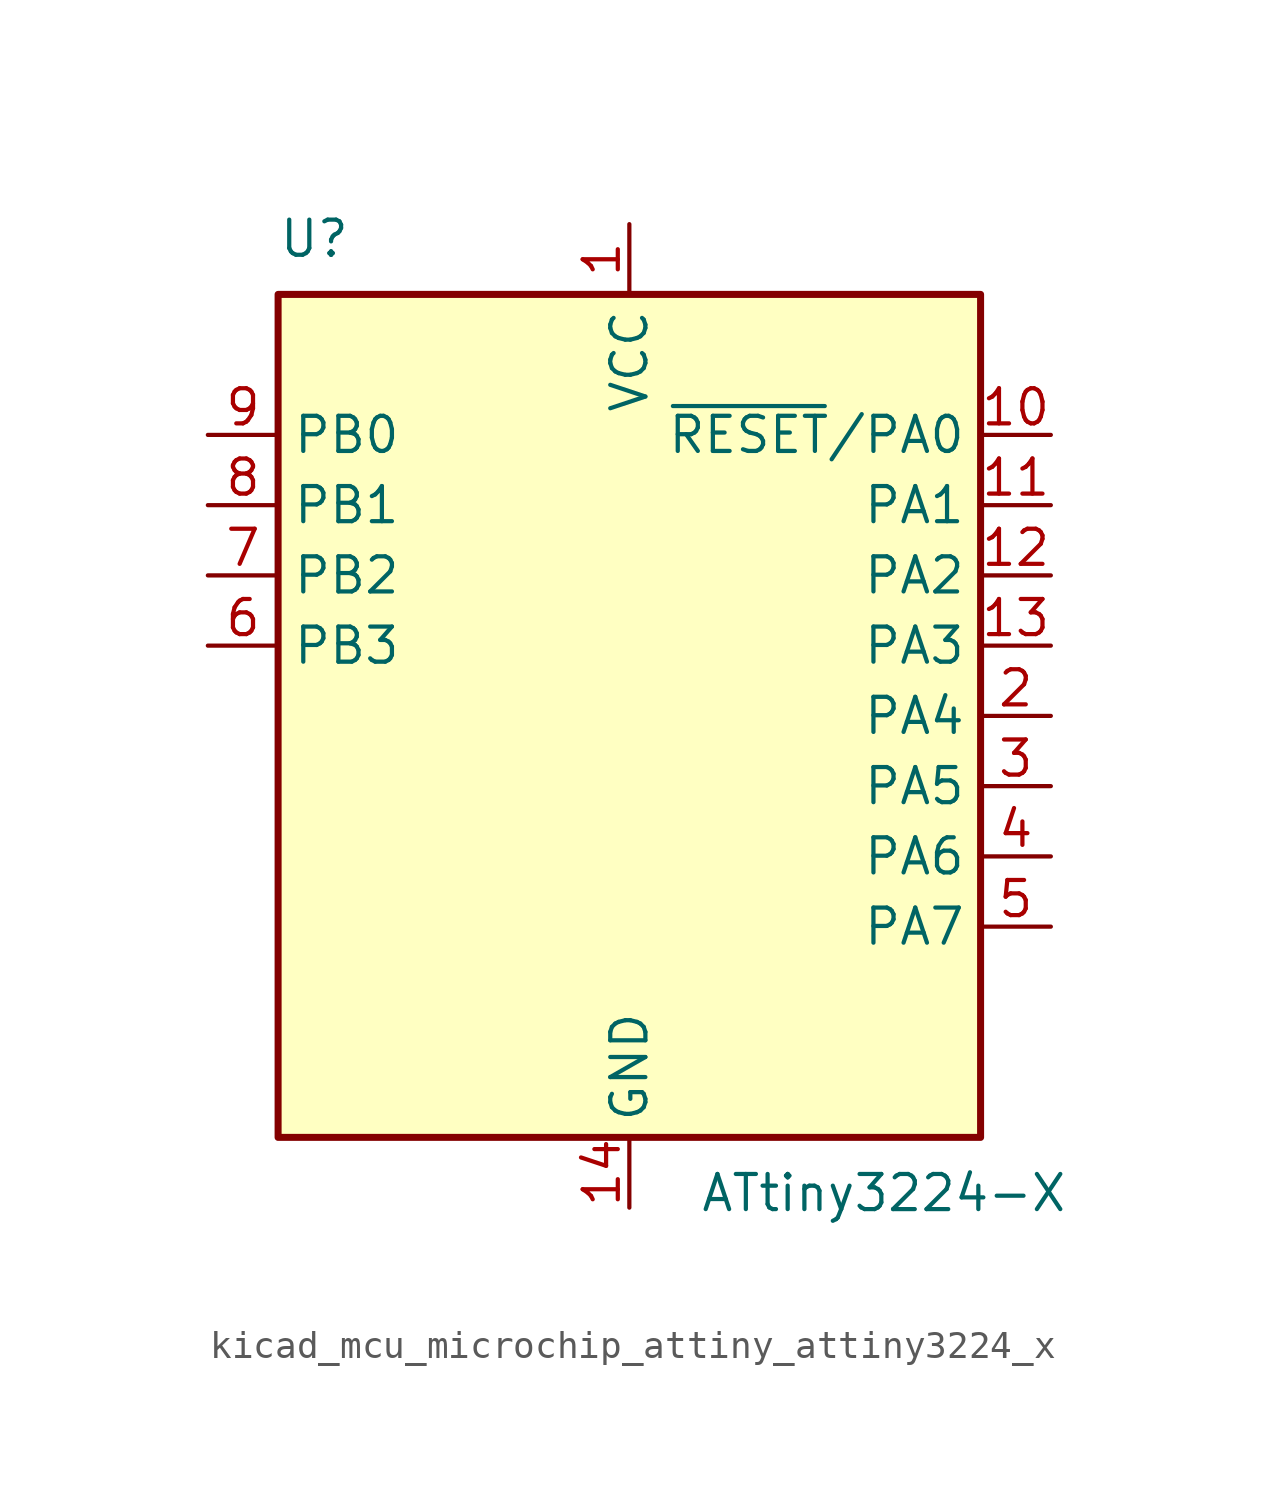
<source format=kicad_sym>
(kicad_symbol_lib
  (version 20220914)
  (generator kicad_symbol_editor)
  (symbol "kicad_mcu_microchip_attiny_attiny3224_x"
    (property "Reference" "U"
      (at -12.7 16.51 0)
      (effects (font (size 1.27 1.27)) (justify left bottom)))
    (property "Value" "ATtiny3224-X"
      (at 2.54 -16.51 0)
      (effects (font (size 1.27 1.27)) (justify left top)))
    (symbol "kicad_mcu_microchip_attiny_attiny3224_x_0_1"
      (rectangle (start -12.7 -15.24) (end 12.7 15.24) (stroke (width 0.254) (type default)) (fill (type background))))
    (symbol "kicad_mcu_microchip_attiny_attiny3224_x_1_1"
      (pin power_in line (at 0 17.78 270) (length 2.54) (name "VCC" (effects (font (size 1.27 1.27)))) (number "1" (effects (font (size 1.27 1.27)))))
      (pin bidirectional line (at 15.24 10.16 180) (length 2.54) (name "~{RESET}/PA0" (effects (font (size 1.27 1.27)))) (number "10" (effects (font (size 1.27 1.27)))))
      (pin bidirectional line (at 15.24 7.62 180) (length 2.54) (name "PA1" (effects (font (size 1.27 1.27)))) (number "11" (effects (font (size 1.27 1.27)))))
      (pin bidirectional line (at 15.24 5.08 180) (length 2.54) (name "PA2" (effects (font (size 1.27 1.27)))) (number "12" (effects (font (size 1.27 1.27)))))
      (pin bidirectional line (at 15.24 2.54 180) (length 2.54) (name "PA3" (effects (font (size 1.27 1.27)))) (number "13" (effects (font (size 1.27 1.27)))))
      (pin power_in line (at 0 -17.78 90) (length 2.54) (name "GND" (effects (font (size 1.27 1.27)))) (number "14" (effects (font (size 1.27 1.27)))))
      (pin bidirectional line (at 15.24 0 180) (length 2.54) (name "PA4" (effects (font (size 1.27 1.27)))) (number "2" (effects (font (size 1.27 1.27)))))
      (pin bidirectional line (at 15.24 -2.54 180) (length 2.54) (name "PA5" (effects (font (size 1.27 1.27)))) (number "3" (effects (font (size 1.27 1.27)))))
      (pin bidirectional line (at 15.24 -5.08 180) (length 2.54) (name "PA6" (effects (font (size 1.27 1.27)))) (number "4" (effects (font (size 1.27 1.27)))))
      (pin bidirectional line (at 15.24 -7.62 180) (length 2.54) (name "PA7" (effects (font (size 1.27 1.27)))) (number "5" (effects (font (size 1.27 1.27)))))
      (pin bidirectional line (at -15.24 2.54 0) (length 2.54) (name "PB3" (effects (font (size 1.27 1.27)))) (number "6" (effects (font (size 1.27 1.27)))))
      (pin bidirectional line (at -15.24 5.08 0) (length 2.54) (name "PB2" (effects (font (size 1.27 1.27)))) (number "7" (effects (font (size 1.27 1.27)))))
      (pin bidirectional line (at -15.24 7.62 0) (length 2.54) (name "PB1" (effects (font (size 1.27 1.27)))) (number "8" (effects (font (size 1.27 1.27)))))
      (pin bidirectional line (at -15.24 10.16 0) (length 2.54) (name "PB0" (effects (font (size 1.27 1.27)))) (number "9" (effects (font (size 1.27 1.27))))))))
</source>
